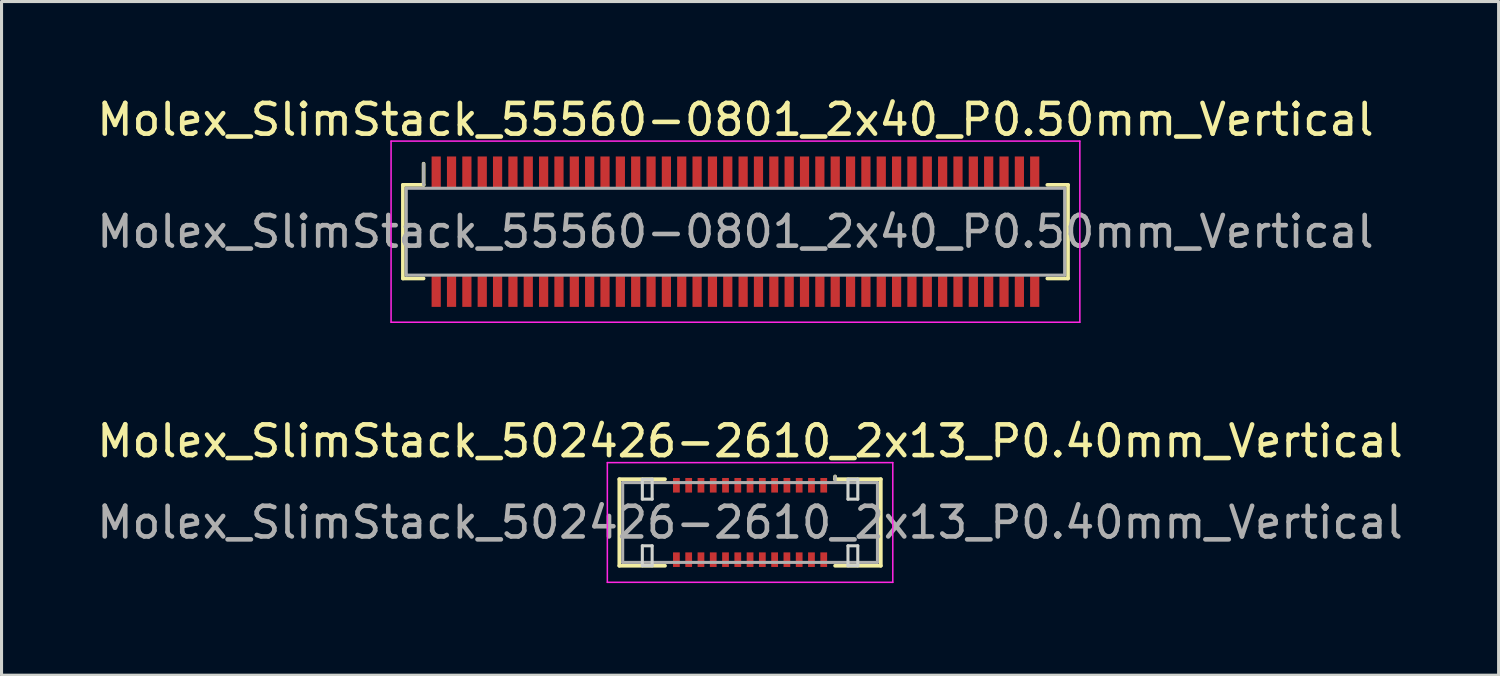
<source format=kicad_pcb>
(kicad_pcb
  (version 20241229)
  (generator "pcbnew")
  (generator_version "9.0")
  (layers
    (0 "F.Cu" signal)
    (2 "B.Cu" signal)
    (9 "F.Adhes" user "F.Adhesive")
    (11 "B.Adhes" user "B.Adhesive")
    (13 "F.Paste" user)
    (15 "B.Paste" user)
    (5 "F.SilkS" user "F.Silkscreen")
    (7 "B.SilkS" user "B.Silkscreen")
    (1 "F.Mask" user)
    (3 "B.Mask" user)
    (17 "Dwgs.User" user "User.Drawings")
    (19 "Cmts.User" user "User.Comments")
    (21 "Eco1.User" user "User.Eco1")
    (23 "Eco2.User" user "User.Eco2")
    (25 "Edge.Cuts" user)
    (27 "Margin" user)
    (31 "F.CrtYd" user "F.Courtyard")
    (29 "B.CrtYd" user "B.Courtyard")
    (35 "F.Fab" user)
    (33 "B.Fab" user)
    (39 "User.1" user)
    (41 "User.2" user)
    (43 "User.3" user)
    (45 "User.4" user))
  (footprint "Molex_SlimStack_55560-0801_2x40_P0.50mm_Vertical"
    (layer "F.Cu")
    (at 20.911 4.498)
    (property "Reference" "Molex_SlimStack_55560-0801_2x40_P0.50mm_Vertical" (at 0 -3.65 0) (layer "F.SilkS") (effects (font (size 1 1) (thickness 0.15))))
    (attr smd)
    (fp_line (start -10.835 -1.525) (end -10.16 -1.525) (stroke (width 0.12) (type solid)) (layer "F.SilkS"))
    (fp_line (start -10.835 1.525) (end -10.835 -1.525) (stroke (width 0.12) (type solid)) (layer "F.SilkS"))
    (fp_line (start -10.16 -1.525) (end -10.16 -2.215) (stroke (width 0.12) (type solid)) (layer "F.SilkS"))
    (fp_line (start -10.16 1.525) (end -10.835 1.525) (stroke (width 0.12) (type solid)) (layer "F.SilkS"))
    (fp_line (start 10.16 1.525) (end 10.835 1.525) (stroke (width 0.12) (type solid)) (layer "F.SilkS"))
    (fp_line (start 10.835 -1.525) (end 10.16 -1.525) (stroke (width 0.12) (type solid)) (layer "F.SilkS"))
    (fp_line (start 10.835 1.525) (end 10.835 -1.525) (stroke (width 0.12) (type solid)) (layer "F.SilkS"))
    (fp_line (start -11.22 -2.95) (end -11.22 2.95) (stroke (width 0.05) (type solid)) (layer "F.CrtYd"))
    (fp_line (start -11.22 2.95) (end 11.22 2.95) (stroke (width 0.05) (type solid)) (layer "F.CrtYd"))
    (fp_line (start 11.22 -2.95) (end -11.22 -2.95) (stroke (width 0.05) (type solid)) (layer "F.CrtYd"))
    (fp_line (start 11.22 2.95) (end 11.22 -2.95) (stroke (width 0.05) (type solid)) (layer "F.CrtYd"))
    (fp_line (start -10.725 -1.415) (end -10.725 1.415) (stroke (width 0.1) (type solid)) (layer "F.Fab"))
    (fp_line (start -10.725 1.415) (end 10.725 1.415) (stroke (width 0.1) (type solid)) (layer "F.Fab"))
    (fp_line (start -10.16 -1.525) (end -10.16 -2.215) (stroke (width 0.1) (type solid)) (layer "F.Fab"))
    (fp_line (start 10.725 -1.415) (end -10.725 -1.415) (stroke (width 0.1) (type solid)) (layer "F.Fab"))
    (fp_line (start 10.725 1.415) (end 10.725 -1.415) (stroke (width 0.1) (type solid)) (layer "F.Fab"))
    (fp_text user "${REFERENCE}" (at 0 0 0) (layer "F.Fab") (effects (font (size 1 1) (thickness 0.15))))
    (pad "1" smd rect (at -9.75 -1.95) (size 0.3 1) (layers "F.Cu" "F.Mask" "F.Paste"))
    (pad "2" smd rect (at -9.75 1.95) (size 0.3 1) (layers "F.Cu" "F.Mask" "F.Paste"))
    (pad "3" smd rect (at -9.25 -1.95) (size 0.3 1) (layers "F.Cu" "F.Mask" "F.Paste"))
    (pad "4" smd rect (at -9.25 1.95) (size 0.3 1) (layers "F.Cu" "F.Mask" "F.Paste"))
    (pad "5" smd rect (at -8.75 -1.95) (size 0.3 1) (layers "F.Cu" "F.Mask" "F.Paste"))
    (pad "6" smd rect (at -8.75 1.95) (size 0.3 1) (layers "F.Cu" "F.Mask" "F.Paste"))
    (pad "7" smd rect (at -8.25 -1.95) (size 0.3 1) (layers "F.Cu" "F.Mask" "F.Paste"))
    (pad "8" smd rect (at -8.25 1.95) (size 0.3 1) (layers "F.Cu" "F.Mask" "F.Paste"))
    (pad "9" smd rect (at -7.75 -1.95) (size 0.3 1) (layers "F.Cu" "F.Mask" "F.Paste"))
    (pad "10" smd rect (at -7.75 1.95) (size 0.3 1) (layers "F.Cu" "F.Mask" "F.Paste"))
    (pad "11" smd rect (at -7.25 -1.95) (size 0.3 1) (layers "F.Cu" "F.Mask" "F.Paste"))
    (pad "12" smd rect (at -7.25 1.95) (size 0.3 1) (layers "F.Cu" "F.Mask" "F.Paste"))
    (pad "13" smd rect (at -6.75 -1.95) (size 0.3 1) (layers "F.Cu" "F.Mask" "F.Paste"))
    (pad "14" smd rect (at -6.75 1.95) (size 0.3 1) (layers "F.Cu" "F.Mask" "F.Paste"))
    (pad "15" smd rect (at -6.25 -1.95) (size 0.3 1) (layers "F.Cu" "F.Mask" "F.Paste"))
    (pad "16" smd rect (at -6.25 1.95) (size 0.3 1) (layers "F.Cu" "F.Mask" "F.Paste"))
    (pad "17" smd rect (at -5.75 -1.95) (size 0.3 1) (layers "F.Cu" "F.Mask" "F.Paste"))
    (pad "18" smd rect (at -5.75 1.95) (size 0.3 1) (layers "F.Cu" "F.Mask" "F.Paste"))
    (pad "19" smd rect (at -5.25 -1.95) (size 0.3 1) (layers "F.Cu" "F.Mask" "F.Paste"))
    (pad "20" smd rect (at -5.25 1.95) (size 0.3 1) (layers "F.Cu" "F.Mask" "F.Paste"))
    (pad "21" smd rect (at -4.75 -1.95) (size 0.3 1) (layers "F.Cu" "F.Mask" "F.Paste"))
    (pad "22" smd rect (at -4.75 1.95) (size 0.3 1) (layers "F.Cu" "F.Mask" "F.Paste"))
    (pad "23" smd rect (at -4.25 -1.95) (size 0.3 1) (layers "F.Cu" "F.Mask" "F.Paste"))
    (pad "24" smd rect (at -4.25 1.95) (size 0.3 1) (layers "F.Cu" "F.Mask" "F.Paste"))
    (pad "25" smd rect (at -3.75 -1.95) (size 0.3 1) (layers "F.Cu" "F.Mask" "F.Paste"))
    (pad "26" smd rect (at -3.75 1.95) (size 0.3 1) (layers "F.Cu" "F.Mask" "F.Paste"))
    (pad "27" smd rect (at -3.25 -1.95) (size 0.3 1) (layers "F.Cu" "F.Mask" "F.Paste"))
    (pad "28" smd rect (at -3.25 1.95) (size 0.3 1) (layers "F.Cu" "F.Mask" "F.Paste"))
    (pad "29" smd rect (at -2.75 -1.95) (size 0.3 1) (layers "F.Cu" "F.Mask" "F.Paste"))
    (pad "30" smd rect (at -2.75 1.95) (size 0.3 1) (layers "F.Cu" "F.Mask" "F.Paste"))
    (pad "31" smd rect (at -2.25 -1.95) (size 0.3 1) (layers "F.Cu" "F.Mask" "F.Paste"))
    (pad "32" smd rect (at -2.25 1.95) (size 0.3 1) (layers "F.Cu" "F.Mask" "F.Paste"))
    (pad "33" smd rect (at -1.75 -1.95) (size 0.3 1) (layers "F.Cu" "F.Mask" "F.Paste"))
    (pad "34" smd rect (at -1.75 1.95) (size 0.3 1) (layers "F.Cu" "F.Mask" "F.Paste"))
    (pad "35" smd rect (at -1.25 -1.95) (size 0.3 1) (layers "F.Cu" "F.Mask" "F.Paste"))
    (pad "36" smd rect (at -1.25 1.95) (size 0.3 1) (layers "F.Cu" "F.Mask" "F.Paste"))
    (pad "37" smd rect (at -0.75 -1.95) (size 0.3 1) (layers "F.Cu" "F.Mask" "F.Paste"))
    (pad "38" smd rect (at -0.75 1.95) (size 0.3 1) (layers "F.Cu" "F.Mask" "F.Paste"))
    (pad "39" smd rect (at -0.25 -1.95) (size 0.3 1) (layers "F.Cu" "F.Mask" "F.Paste"))
    (pad "40" smd rect (at -0.25 1.95) (size 0.3 1) (layers "F.Cu" "F.Mask" "F.Paste"))
    (pad "41" smd rect (at 0.25 -1.95) (size 0.3 1) (layers "F.Cu" "F.Mask" "F.Paste"))
    (pad "42" smd rect (at 0.25 1.95) (size 0.3 1) (layers "F.Cu" "F.Mask" "F.Paste"))
    (pad "43" smd rect (at 0.75 -1.95) (size 0.3 1) (layers "F.Cu" "F.Mask" "F.Paste"))
    (pad "44" smd rect (at 0.75 1.95) (size 0.3 1) (layers "F.Cu" "F.Mask" "F.Paste"))
    (pad "45" smd rect (at 1.25 -1.95) (size 0.3 1) (layers "F.Cu" "F.Mask" "F.Paste"))
    (pad "46" smd rect (at 1.25 1.95) (size 0.3 1) (layers "F.Cu" "F.Mask" "F.Paste"))
    (pad "47" smd rect (at 1.75 -1.95) (size 0.3 1) (layers "F.Cu" "F.Mask" "F.Paste"))
    (pad "48" smd rect (at 1.75 1.95) (size 0.3 1) (layers "F.Cu" "F.Mask" "F.Paste"))
    (pad "49" smd rect (at 2.25 -1.95) (size 0.3 1) (layers "F.Cu" "F.Mask" "F.Paste"))
    (pad "50" smd rect (at 2.25 1.95) (size 0.3 1) (layers "F.Cu" "F.Mask" "F.Paste"))
    (pad "51" smd rect (at 2.75 -1.95) (size 0.3 1) (layers "F.Cu" "F.Mask" "F.Paste"))
    (pad "52" smd rect (at 2.75 1.95) (size 0.3 1) (layers "F.Cu" "F.Mask" "F.Paste"))
    (pad "53" smd rect (at 3.25 -1.95) (size 0.3 1) (layers "F.Cu" "F.Mask" "F.Paste"))
    (pad "54" smd rect (at 3.25 1.95) (size 0.3 1) (layers "F.Cu" "F.Mask" "F.Paste"))
    (pad "55" smd rect (at 3.75 -1.95) (size 0.3 1) (layers "F.Cu" "F.Mask" "F.Paste"))
    (pad "56" smd rect (at 3.75 1.95) (size 0.3 1) (layers "F.Cu" "F.Mask" "F.Paste"))
    (pad "57" smd rect (at 4.25 -1.95) (size 0.3 1) (layers "F.Cu" "F.Mask" "F.Paste"))
    (pad "58" smd rect (at 4.25 1.95) (size 0.3 1) (layers "F.Cu" "F.Mask" "F.Paste"))
    (pad "59" smd rect (at 4.75 -1.95) (size 0.3 1) (layers "F.Cu" "F.Mask" "F.Paste"))
    (pad "60" smd rect (at 4.75 1.95) (size 0.3 1) (layers "F.Cu" "F.Mask" "F.Paste"))
    (pad "61" smd rect (at 5.25 -1.95) (size 0.3 1) (layers "F.Cu" "F.Mask" "F.Paste"))
    (pad "62" smd rect (at 5.25 1.95) (size 0.3 1) (layers "F.Cu" "F.Mask" "F.Paste"))
    (pad "63" smd rect (at 5.75 -1.95) (size 0.3 1) (layers "F.Cu" "F.Mask" "F.Paste"))
    (pad "64" smd rect (at 5.75 1.95) (size 0.3 1) (layers "F.Cu" "F.Mask" "F.Paste"))
    (pad "65" smd rect (at 6.25 -1.95) (size 0.3 1) (layers "F.Cu" "F.Mask" "F.Paste"))
    (pad "66" smd rect (at 6.25 1.95) (size 0.3 1) (layers "F.Cu" "F.Mask" "F.Paste"))
    (pad "67" smd rect (at 6.75 -1.95) (size 0.3 1) (layers "F.Cu" "F.Mask" "F.Paste"))
    (pad "68" smd rect (at 6.75 1.95) (size 0.3 1) (layers "F.Cu" "F.Mask" "F.Paste"))
    (pad "69" smd rect (at 7.25 -1.95) (size 0.3 1) (layers "F.Cu" "F.Mask" "F.Paste"))
    (pad "70" smd rect (at 7.25 1.95) (size 0.3 1) (layers "F.Cu" "F.Mask" "F.Paste"))
    (pad "71" smd rect (at 7.75 -1.95) (size 0.3 1) (layers "F.Cu" "F.Mask" "F.Paste"))
    (pad "72" smd rect (at 7.75 1.95) (size 0.3 1) (layers "F.Cu" "F.Mask" "F.Paste"))
    (pad "73" smd rect (at 8.25 -1.95) (size 0.3 1) (layers "F.Cu" "F.Mask" "F.Paste"))
    (pad "74" smd rect (at 8.25 1.95) (size 0.3 1) (layers "F.Cu" "F.Mask" "F.Paste"))
    (pad "75" smd rect (at 8.75 -1.95) (size 0.3 1) (layers "F.Cu" "F.Mask" "F.Paste"))
    (pad "76" smd rect (at 8.75 1.95) (size 0.3 1) (layers "F.Cu" "F.Mask" "F.Paste"))
    (pad "77" smd rect (at 9.25 -1.95) (size 0.3 1) (layers "F.Cu" "F.Mask" "F.Paste"))
    (pad "78" smd rect (at 9.25 1.95) (size 0.3 1) (layers "F.Cu" "F.Mask" "F.Paste"))
    (pad "79" smd rect (at 9.75 -1.95) (size 0.3 1) (layers "F.Cu" "F.Mask" "F.Paste"))
    (pad "80" smd rect (at 9.75 1.95) (size 0.3 1) (layers "F.Cu" "F.Mask" "F.Paste")))
  (footprint "Molex_SlimStack_502426-2610_2x13_P0.40mm_Vertical"
    (layer "F.Cu")
    (at 21.387 13.972)
    (property "Reference" "Molex_SlimStack_502426-2610_2x13_P0.40mm_Vertical" (at 0 -2.65 0) (layer "F.SilkS") (effects (font (size 1 1) (thickness 0.15))))
    (attr smd)
    (fp_line (start -4.26 -1.41) (end -2.77 -1.41) (stroke (width 0.12) (type solid)) (layer "F.SilkS"))
    (fp_line (start -4.26 1.41) (end -4.26 -1.41) (stroke (width 0.12) (type solid)) (layer "F.SilkS"))
    (fp_line (start -2.77 1.41) (end -4.26 1.41) (stroke (width 0.12) (type solid)) (layer "F.SilkS"))
    (fp_line (start 2.77 -1.41) (end 2.77 -1.5) (stroke (width 0.12) (type solid)) (layer "F.SilkS"))
    (fp_line (start 2.77 1.41) (end 4.26 1.41) (stroke (width 0.12) (type solid)) (layer "F.SilkS"))
    (fp_line (start 4.26 -1.41) (end 2.77 -1.41) (stroke (width 0.12) (type solid)) (layer "F.SilkS"))
    (fp_line (start 4.26 1.41) (end 4.26 -1.41) (stroke (width 0.12) (type solid)) (layer "F.SilkS"))
    (fp_line (start -3.51 -1.41) (end -3.51 -0.76) (stroke (width 0.1) (type solid)) (layer "Edge.Cuts"))
    (fp_line (start -3.51 -0.76) (end -3.19 -0.76) (stroke (width 0.1) (type solid)) (layer "Edge.Cuts"))
    (fp_line (start -3.51 0.76) (end -3.51 1.41) (stroke (width 0.1) (type solid)) (layer "Edge.Cuts"))
    (fp_line (start -3.51 1.41) (end -3.19 1.41) (stroke (width 0.1) (type solid)) (layer "Edge.Cuts"))
    (fp_line (start -3.19 -1.41) (end -3.51 -1.41) (stroke (width 0.1) (type solid)) (layer "Edge.Cuts"))
    (fp_line (start -3.19 -0.76) (end -3.19 -1.41) (stroke (width 0.1) (type solid)) (layer "Edge.Cuts"))
    (fp_line (start -3.19 0.76) (end -3.51 0.76) (stroke (width 0.1) (type solid)) (layer "Edge.Cuts"))
    (fp_line (start -3.19 1.41) (end -3.19 0.76) (stroke (width 0.1) (type solid)) (layer "Edge.Cuts"))
    (fp_line (start 3.19 -1.41) (end 3.19 -0.76) (stroke (width 0.1) (type solid)) (layer "Edge.Cuts"))
    (fp_line (start 3.19 -0.76) (end 3.51 -0.76) (stroke (width 0.1) (type solid)) (layer "Edge.Cuts"))
    (fp_line (start 3.19 0.76) (end 3.19 1.41) (stroke (width 0.1) (type solid)) (layer "Edge.Cuts"))
    (fp_line (start 3.19 1.41) (end 3.51 1.41) (stroke (width 0.1) (type solid)) (layer "Edge.Cuts"))
    (fp_line (start 3.51 -1.41) (end 3.19 -1.41) (stroke (width 0.1) (type solid)) (layer "Edge.Cuts"))
    (fp_line (start 3.51 -0.76) (end 3.51 -1.41) (stroke (width 0.1) (type solid)) (layer "Edge.Cuts"))
    (fp_line (start 3.51 0.76) (end 3.19 0.76) (stroke (width 0.1) (type solid)) (layer "Edge.Cuts"))
    (fp_line (start 3.51 1.41) (end 3.51 0.76) (stroke (width 0.1) (type solid)) (layer "Edge.Cuts"))
    (fp_line (start -4.65 -1.95) (end -4.65 1.95) (stroke (width 0.05) (type solid)) (layer "F.CrtYd"))
    (fp_line (start -4.65 1.95) (end 4.65 1.95) (stroke (width 0.05) (type solid)) (layer "F.CrtYd"))
    (fp_line (start 4.65 -1.95) (end -4.65 -1.95) (stroke (width 0.05) (type solid)) (layer "F.CrtYd"))
    (fp_line (start 4.65 1.95) (end 4.65 -1.95) (stroke (width 0.05) (type solid)) (layer "F.CrtYd"))
    (fp_line (start -4.15 -1.3) (end -4.15 1.3) (stroke (width 0.1) (type solid)) (layer "F.Fab"))
    (fp_line (start -4.15 1.3) (end 4.15 1.3) (stroke (width 0.1) (type solid)) (layer "F.Fab"))
    (fp_line (start 2.77 -1.3) (end 2.77 -1.5) (stroke (width 0.1) (type solid)) (layer "F.Fab"))
    (fp_line (start 4.15 -1.3) (end -4.15 -1.3) (stroke (width 0.1) (type solid)) (layer "F.Fab"))
    (fp_line (start 4.15 1.3) (end 4.15 -1.3) (stroke (width 0.1) (type solid)) (layer "F.Fab"))
    (fp_text user "${REFERENCE}" (at 0 0 0) (layer "F.Fab") (effects (font (size 1 1) (thickness 0.15))))
    (pad "1" smd rect (at 2.4 -1.212) (size 0.22 0.475) (layers "F.Cu" "F.Mask" "F.Paste"))
    (pad "2" smd rect (at 2.4 1.212) (size 0.22 0.475) (layers "F.Cu" "F.Mask" "F.Paste"))
    (pad "3" smd rect (at 2 -1.212) (size 0.22 0.475) (layers "F.Cu" "F.Mask" "F.Paste"))
    (pad "4" smd rect (at 2 1.212) (size 0.22 0.475) (layers "F.Cu" "F.Mask" "F.Paste"))
    (pad "5" smd rect (at 1.6 -1.212) (size 0.22 0.475) (layers "F.Cu" "F.Mask" "F.Paste"))
    (pad "6" smd rect (at 1.6 1.212) (size 0.22 0.475) (layers "F.Cu" "F.Mask" "F.Paste"))
    (pad "7" smd rect (at 1.2 -1.212) (size 0.22 0.475) (layers "F.Cu" "F.Mask" "F.Paste"))
    (pad "8" smd rect (at 1.2 1.212) (size 0.22 0.475) (layers "F.Cu" "F.Mask" "F.Paste"))
    (pad "9" smd rect (at 0.8 -1.212) (size 0.22 0.475) (layers "F.Cu" "F.Mask" "F.Paste"))
    (pad "10" smd rect (at 0.8 1.212) (size 0.22 0.475) (layers "F.Cu" "F.Mask" "F.Paste"))
    (pad "11" smd rect (at 0.4 -1.212) (size 0.22 0.475) (layers "F.Cu" "F.Mask" "F.Paste"))
    (pad "12" smd rect (at 0.4 1.212) (size 0.22 0.475) (layers "F.Cu" "F.Mask" "F.Paste"))
    (pad "13" smd rect (at 0 -1.212) (size 0.22 0.475) (layers "F.Cu" "F.Mask" "F.Paste"))
    (pad "14" smd rect (at 0 1.212) (size 0.22 0.475) (layers "F.Cu" "F.Mask" "F.Paste"))
    (pad "15" smd rect (at -0.4 -1.212) (size 0.22 0.475) (layers "F.Cu" "F.Mask" "F.Paste"))
    (pad "16" smd rect (at -0.4 1.212) (size 0.22 0.475) (layers "F.Cu" "F.Mask" "F.Paste"))
    (pad "17" smd rect (at -0.8 -1.212) (size 0.22 0.475) (layers "F.Cu" "F.Mask" "F.Paste"))
    (pad "18" smd rect (at -0.8 1.212) (size 0.22 0.475) (layers "F.Cu" "F.Mask" "F.Paste"))
    (pad "19" smd rect (at -1.2 -1.212) (size 0.22 0.475) (layers "F.Cu" "F.Mask" "F.Paste"))
    (pad "20" smd rect (at -1.2 1.212) (size 0.22 0.475) (layers "F.Cu" "F.Mask" "F.Paste"))
    (pad "21" smd rect (at -1.6 -1.212) (size 0.22 0.475) (layers "F.Cu" "F.Mask" "F.Paste"))
    (pad "22" smd rect (at -1.6 1.212) (size 0.22 0.475) (layers "F.Cu" "F.Mask" "F.Paste"))
    (pad "23" smd rect (at -2 -1.212) (size 0.22 0.475) (layers "F.Cu" "F.Mask" "F.Paste"))
    (pad "24" smd rect (at -2 1.212) (size 0.22 0.475) (layers "F.Cu" "F.Mask" "F.Paste"))
    (pad "25" smd rect (at -2.4 -1.212) (size 0.22 0.475) (layers "F.Cu" "F.Mask" "F.Paste"))
    (pad "26" smd rect (at -2.4 1.212) (size 0.22 0.475) (layers "F.Cu" "F.Mask" "F.Paste")))
  (gr_rect
    (start -3 -3)
    (end 45.774 18.947)
    (stroke (width 0.1) (type default))
    (fill no)
    (layer "Edge.Cuts")))
</source>
